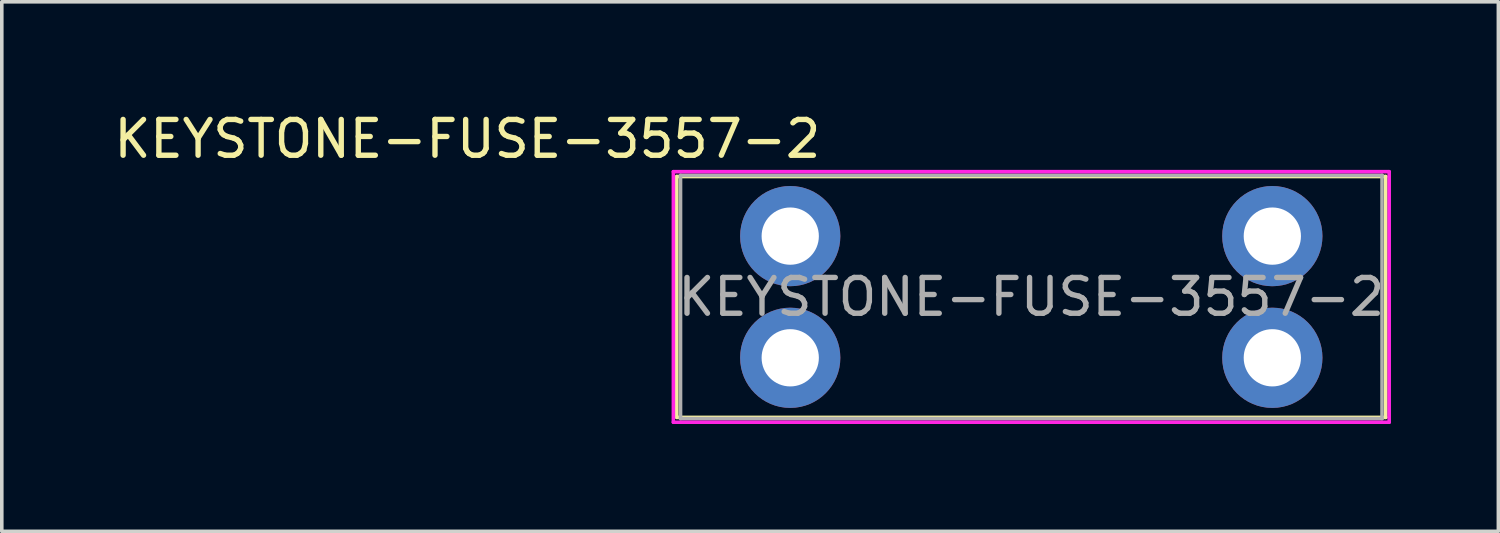
<source format=kicad_pcb>
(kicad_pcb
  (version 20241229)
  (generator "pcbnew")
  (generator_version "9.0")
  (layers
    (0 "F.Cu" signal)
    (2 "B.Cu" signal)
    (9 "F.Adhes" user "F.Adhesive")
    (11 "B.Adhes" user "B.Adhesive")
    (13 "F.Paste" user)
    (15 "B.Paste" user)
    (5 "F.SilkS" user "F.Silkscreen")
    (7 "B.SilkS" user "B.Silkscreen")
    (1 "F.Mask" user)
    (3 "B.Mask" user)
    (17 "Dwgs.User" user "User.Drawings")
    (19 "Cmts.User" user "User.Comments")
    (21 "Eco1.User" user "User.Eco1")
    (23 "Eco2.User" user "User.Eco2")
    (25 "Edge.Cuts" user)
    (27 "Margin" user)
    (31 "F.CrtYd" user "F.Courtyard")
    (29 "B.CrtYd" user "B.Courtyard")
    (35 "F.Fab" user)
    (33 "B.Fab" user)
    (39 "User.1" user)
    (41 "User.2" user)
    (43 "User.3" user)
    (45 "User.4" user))
  (footprint "KEYSTONE-FUSE-3557-2"
    (layer "F.Cu")
    (at 25.764 5.247)
    (property "Reference" "KEYSTONE-FUSE-3557-2" (at -5.8 -5 0) (layer "F.SilkS") (effects (font (size 1 1) (thickness 0.15)) (justify right top)))
    (attr through_hole)
    (fp_line (start -9.905 -3.365) (end 9.905 -3.365) (stroke (width 0.1) (type solid)) (layer "F.SilkS"))
    (fp_line (start -9.905 3.365) (end -9.905 -3.365) (stroke (width 0.1) (type solid)) (layer "F.SilkS"))
    (fp_line (start 9.905 -3.365) (end 9.905 3.365) (stroke (width 0.1) (type solid)) (layer "F.SilkS"))
    (fp_line (start 9.905 3.365) (end -9.905 3.365) (stroke (width 0.1) (type solid)) (layer "F.SilkS"))
    (fp_line (start -10 -3.5) (end 10 -3.5) (stroke (width 0.1) (type solid)) (layer "F.CrtYd"))
    (fp_line (start -10 3.5) (end -10 -3.5) (stroke (width 0.1) (type solid)) (layer "F.CrtYd"))
    (fp_line (start 10 -3.5) (end 10 3.5) (stroke (width 0.1) (type solid)) (layer "F.CrtYd"))
    (fp_line (start 10 3.5) (end -10 3.5) (stroke (width 0.1) (type solid)) (layer "F.CrtYd"))
    (fp_line (start -9.8 -3.4) (end 9.8 -3.4) (stroke (width 0.1) (type solid)) (layer "F.Fab"))
    (fp_line (start -9.8 3.4) (end -9.8 -3.4) (stroke (width 0.1) (type solid)) (layer "F.Fab"))
    (fp_line (start 9.8 -3.4) (end 9.8 3.4) (stroke (width 0.1) (type solid)) (layer "F.Fab"))
    (fp_line (start 9.8 3.4) (end -9.8 3.4) (stroke (width 0.1) (type solid)) (layer "F.Fab"))
    (fp_text user "${REFERENCE}" (at 0 0 0) (layer "F.Fab") (effects (font (size 1 1) (thickness 0.15))))
    (pad "1" thru_hole circle (at -6.735 -1.7 90) (size 2.8 2.8) (drill 1.6) (layers "*.Cu" "*.Mask"))
    (pad "1" thru_hole circle (at -6.735 1.7 90) (size 2.8 2.8) (drill 1.6) (layers "*.Cu" "*.Mask"))
    (pad "2" thru_hole circle (at 6.735 -1.7 90) (size 2.8 2.8) (drill 1.6) (layers "*.Cu" "*.Mask"))
    (pad "2" thru_hole circle (at 6.735 1.7 90) (size 2.8 2.8) (drill 1.6) (layers "*.Cu" "*.Mask")))
  (gr_rect
    (start -3 -3)
    (end 38.814 11.796)
    (stroke (width 0.1) (type default))
    (fill no)
    (layer "Edge.Cuts")))
</source>
